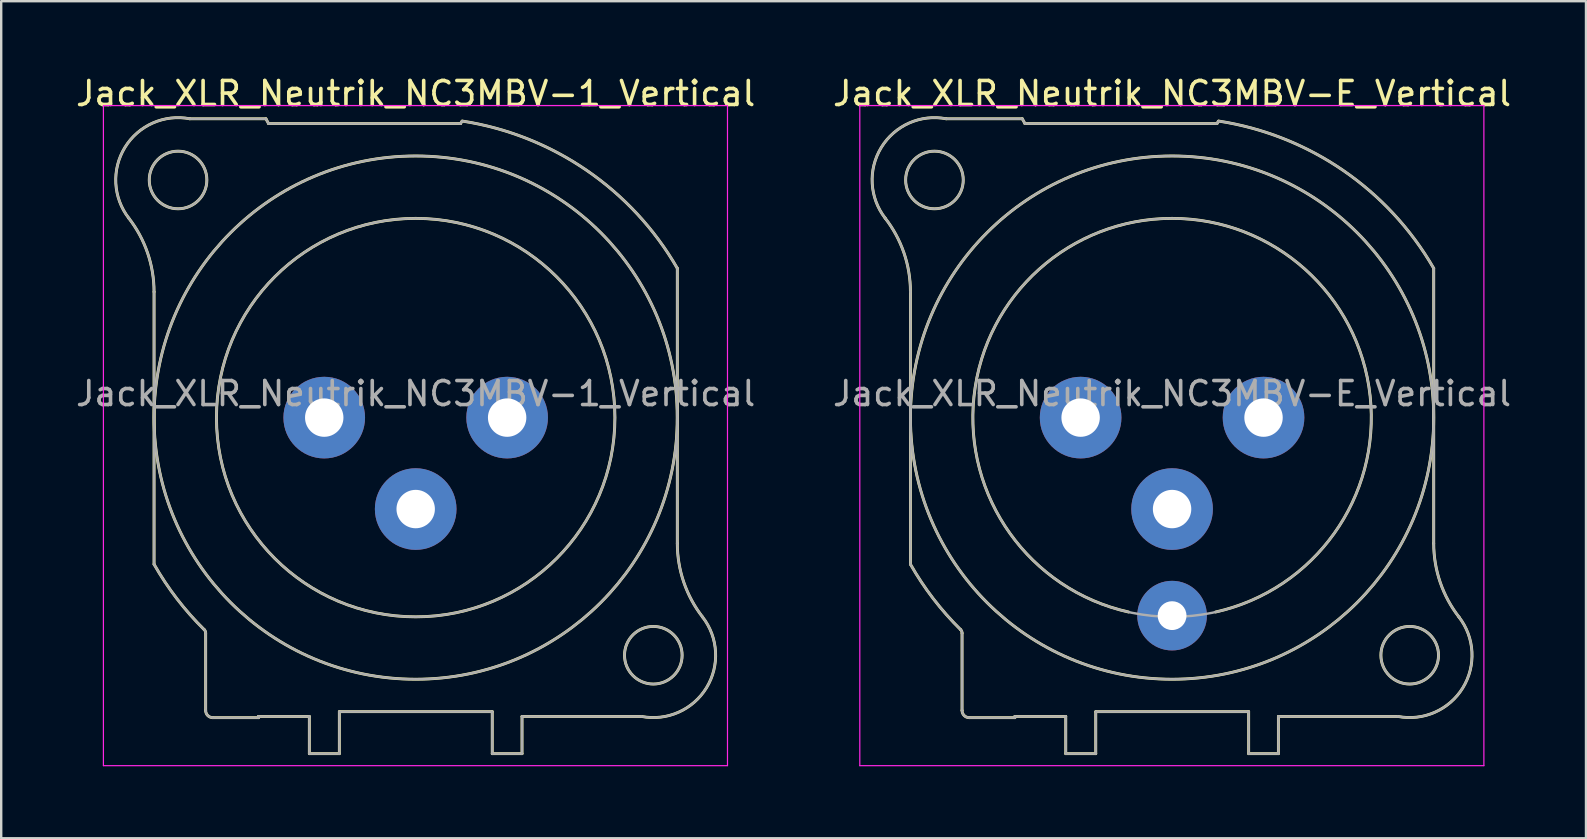
<source format=kicad_pcb>
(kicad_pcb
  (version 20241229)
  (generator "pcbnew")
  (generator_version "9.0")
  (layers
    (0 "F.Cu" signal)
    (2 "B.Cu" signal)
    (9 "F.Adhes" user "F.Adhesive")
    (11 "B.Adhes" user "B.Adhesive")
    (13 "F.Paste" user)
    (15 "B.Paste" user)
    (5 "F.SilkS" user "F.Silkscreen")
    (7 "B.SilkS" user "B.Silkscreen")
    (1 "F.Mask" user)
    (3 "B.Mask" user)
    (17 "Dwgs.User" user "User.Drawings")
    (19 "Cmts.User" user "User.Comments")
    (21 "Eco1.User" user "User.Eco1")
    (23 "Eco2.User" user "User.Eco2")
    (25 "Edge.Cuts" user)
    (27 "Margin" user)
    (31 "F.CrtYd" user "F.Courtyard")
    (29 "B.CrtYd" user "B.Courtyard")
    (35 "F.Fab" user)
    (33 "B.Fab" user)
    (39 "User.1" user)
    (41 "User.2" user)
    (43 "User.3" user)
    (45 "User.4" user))
  (footprint "Jack_XLR_Neutrik_NC3MBV-E_Vertical"
    (layer "F.Cu")
    (at 41.97 14.348)
    (property "Reference" "Jack_XLR_Neutrik_NC3MBV-E_Vertical" (at 3.81 -13.5 0) (layer "F.SilkS") (effects (font (size 1 1) (thickness 0.15))))
    (attr through_hole)
    (fp_line (start -7.09 -5.24) (end -7.09 6.11) (stroke (width 0.12) (type solid)) (layer "F.SilkS"))
    (fp_line (start -4.94 12.2) (end -4.94 8.98) (stroke (width 0.12) (type solid)) (layer "F.SilkS"))
    (fp_line (start -4.64 12.5) (end -2.74 12.5) (stroke (width 0.12) (type solid)) (layer "F.SilkS"))
    (fp_line (start -2.74 12.45) (end -0.62 12.45) (stroke (width 0.12) (type solid)) (layer "F.SilkS"))
    (fp_line (start -2.74 12.5) (end -2.74 12.45) (stroke (width 0.12) (type solid)) (layer "F.SilkS"))
    (fp_line (start -2.43 -12.45) (end -5.6 -12.45) (stroke (width 0.12) (type solid)) (layer "F.SilkS"))
    (fp_line (start -2.32 -12.25) (end -2.43 -12.45) (stroke (width 0.12) (type solid)) (layer "F.SilkS"))
    (fp_line (start -0.62 12.45) (end -0.62 14) (stroke (width 0.12) (type solid)) (layer "F.SilkS"))
    (fp_line (start 0.63 12.25) (end 0.63 14) (stroke (width 0.12) (type solid)) (layer "F.SilkS"))
    (fp_line (start 0.63 12.25) (end 7 12.25) (stroke (width 0.12) (type solid)) (layer "F.SilkS"))
    (fp_line (start 0.63 14) (end -0.62 14) (stroke (width 0.12) (type solid)) (layer "F.SilkS"))
    (fp_line (start 5.68 -12.25) (end -2.32 -12.25) (stroke (width 0.12) (type solid)) (layer "F.SilkS"))
    (fp_line (start 5.74 -12.35) (end 5.68 -12.25) (stroke (width 0.12) (type solid)) (layer "F.SilkS"))
    (fp_line (start 7 12.25) (end 7 14) (stroke (width 0.12) (type solid)) (layer "F.SilkS"))
    (fp_line (start 8.24 12.45) (end 8.24 14) (stroke (width 0.12) (type solid)) (layer "F.SilkS"))
    (fp_line (start 8.24 12.45) (end 13.22 12.45) (stroke (width 0.12) (type solid)) (layer "F.SilkS"))
    (fp_line (start 8.24 14) (end 7 14) (stroke (width 0.12) (type solid)) (layer "F.SilkS"))
    (fp_line (start 14.71 5.24) (end 14.71 -6.22) (stroke (width 0.12) (type solid)) (layer "F.SilkS"))
    (fp_arc (start -8.14458 -8.311426) (mid -7.360989 -6.863715) (end -7.09 -5.24) (stroke (width 0.12) (type solid)) (layer "F.SilkS"))
    (fp_arc (start -8.141124 -8.307677) (mid -8.303366 -11.257798) (end -5.6 -12.45) (stroke (width 0.12) (type solid)) (layer "F.SilkS"))
    (fp_arc (start -4.999944 8.832139) (mid -4.954594 8.899835) (end -4.94 8.98) (stroke (width 0.12) (type solid)) (layer "F.SilkS"))
    (fp_arc (start -4.999718 8.833849) (mid -6.1389 7.544091) (end -7.09 6.11) (stroke (width 0.12) (type solid)) (layer "F.SilkS"))
    (fp_arc (start -4.64 12.5) (mid -4.852132 12.412132) (end -4.94 12.2) (stroke (width 0.12) (type solid)) (layer "F.SilkS"))
    (fp_arc (start 2 8.1) (mid 3.809449 -8.299765) (end 5.621075 8.09976) (stroke (width 0.12) (type solid)) (layer "F.SilkS"))
    (fp_arc (start 5.753207 -12.354269) (mid 10.928439 -10.304601) (end 14.71 -6.22) (stroke (width 0.12) (type solid)) (layer "F.SilkS"))
    (fp_arc (start 15.761124 8.307677) (mid 15.923366 11.257798) (end 13.22 12.45) (stroke (width 0.12) (type solid)) (layer "F.SilkS"))
    (fp_arc (start 15.76458 8.311426) (mid 14.980989 6.863715) (end 14.71 5.24) (stroke (width 0.12) (type solid)) (layer "F.SilkS"))
    (fp_circle (center -6.09 -9.9) (end -4.89 -9.9) (stroke (width 0.12) (type solid)) (fill no) (layer "F.SilkS"))
    (fp_circle (center 3.81 0) (end 14.71 0) (stroke (width 0.12) (type solid)) (fill no) (layer "F.SilkS"))
    (fp_circle (center 13.71 9.9) (end 14.91 9.9) (stroke (width 0.12) (type solid)) (fill no) (layer "F.SilkS"))
    (fp_line (start -9.2 -13) (end 16.8 -13) (stroke (width 0.05) (type solid)) (layer "F.CrtYd"))
    (fp_line (start -9.2 14.5) (end -9.2 -13) (stroke (width 0.05) (type solid)) (layer "F.CrtYd"))
    (fp_line (start 16.8 -13) (end 16.8 14.5) (stroke (width 0.05) (type solid)) (layer "F.CrtYd"))
    (fp_line (start 16.8 14.5) (end -9.2 14.5) (stroke (width 0.05) (type solid)) (layer "F.CrtYd"))
    (fp_line (start -7.09 -5.24) (end -7.09 6.11) (stroke (width 0.1) (type solid)) (layer "F.Fab"))
    (fp_line (start -4.94 12.2) (end -4.94 8.98) (stroke (width 0.1) (type solid)) (layer "F.Fab"))
    (fp_line (start -4.64 12.5) (end -2.74 12.5) (stroke (width 0.1) (type solid)) (layer "F.Fab"))
    (fp_line (start -2.74 12.45) (end -0.62 12.45) (stroke (width 0.1) (type solid)) (layer "F.Fab"))
    (fp_line (start -2.74 12.5) (end -2.74 12.45) (stroke (width 0.1) (type solid)) (layer "F.Fab"))
    (fp_line (start -2.43 -12.45) (end -5.6 -12.45) (stroke (width 0.1) (type solid)) (layer "F.Fab"))
    (fp_line (start -2.32 -12.25) (end -2.43 -12.45) (stroke (width 0.1) (type solid)) (layer "F.Fab"))
    (fp_line (start -0.62 12.45) (end -0.62 14) (stroke (width 0.1) (type solid)) (layer "F.Fab"))
    (fp_line (start 0.63 12.25) (end 0.63 14) (stroke (width 0.1) (type solid)) (layer "F.Fab"))
    (fp_line (start 0.63 12.25) (end 7 12.25) (stroke (width 0.1) (type solid)) (layer "F.Fab"))
    (fp_line (start 0.63 14) (end -0.62 14) (stroke (width 0.1) (type solid)) (layer "F.Fab"))
    (fp_line (start 5.68 -12.25) (end -2.32 -12.25) (stroke (width 0.1) (type solid)) (layer "F.Fab"))
    (fp_line (start 5.74 -12.35) (end 5.68 -12.25) (stroke (width 0.1) (type solid)) (layer "F.Fab"))
    (fp_line (start 7 12.25) (end 7 14) (stroke (width 0.1) (type solid)) (layer "F.Fab"))
    (fp_line (start 8.24 12.45) (end 8.24 14) (stroke (width 0.1) (type solid)) (layer "F.Fab"))
    (fp_line (start 8.24 12.45) (end 13.22 12.45) (stroke (width 0.1) (type solid)) (layer "F.Fab"))
    (fp_line (start 8.24 14) (end 7 14) (stroke (width 0.1) (type solid)) (layer "F.Fab"))
    (fp_line (start 14.71 5.24) (end 14.71 -6.22) (stroke (width 0.1) (type solid)) (layer "F.Fab"))
    (fp_arc (start -8.14458 -8.311426) (mid -7.360989 -6.863715) (end -7.09 -5.24) (stroke (width 0.1) (type solid)) (layer "F.Fab"))
    (fp_arc (start -8.141124 -8.307677) (mid -8.303366 -11.257798) (end -5.6 -12.45) (stroke (width 0.1) (type solid)) (layer "F.Fab"))
    (fp_arc (start -4.999944 8.832139) (mid -4.954594 8.899835) (end -4.94 8.98) (stroke (width 0.1) (type solid)) (layer "F.Fab"))
    (fp_arc (start -4.999718 8.833849) (mid -6.1389 7.544091) (end -7.09 6.11) (stroke (width 0.1) (type solid)) (layer "F.Fab"))
    (fp_arc (start -4.64 12.5) (mid -4.852132 12.412132) (end -4.94 12.2) (stroke (width 0.1) (type solid)) (layer "F.Fab"))
    (fp_arc (start 5.753207 -12.354269) (mid 10.928439 -10.304601) (end 14.71 -6.22) (stroke (width 0.1) (type solid)) (layer "F.Fab"))
    (fp_arc (start 15.761124 8.307677) (mid 15.923366 11.257798) (end 13.22 12.45) (stroke (width 0.1) (type solid)) (layer "F.Fab"))
    (fp_arc (start 15.76458 8.311426) (mid 14.980989 6.863715) (end 14.71 5.24) (stroke (width 0.1) (type solid)) (layer "F.Fab"))
    (fp_circle (center -6.09 -9.9) (end -4.89 -9.9) (stroke (width 0.1) (type solid)) (fill no) (layer "F.Fab"))
    (fp_circle (center 3.81 0) (end 12.11 0) (stroke (width 0.1) (type solid)) (fill no) (layer "F.Fab"))
    (fp_circle (center 3.81 0) (end 14.71 0) (stroke (width 0.1) (type solid)) (fill no) (layer "F.Fab"))
    (fp_circle (center 13.71 9.9) (end 14.91 9.9) (stroke (width 0.1) (type solid)) (fill no) (layer "F.Fab"))
    (fp_text user "${REFERENCE}" (at 3.81 -1 0) (layer "F.Fab") (effects (font (size 1 1) (thickness 0.15))))
    (pad "1" thru_hole circle (at 0 0) (size 3.4 3.4) (drill 1.6) (layers "*.Cu" "*.Mask"))
    (pad "2" thru_hole circle (at 7.62 0) (size 3.4 3.4) (drill 1.6) (layers "*.Cu" "*.Mask"))
    (pad "3" thru_hole circle (at 3.81 3.81) (size 3.4 3.4) (drill 1.6) (layers "*.Cu" "*.Mask"))
    (pad "G" thru_hole circle (at 3.81 8.25) (size 2.9 2.9) (drill 1.2) (layers "*.Cu" "*.Mask")))
  (footprint "Jack_XLR_Neutrik_NC3MBV-1_Vertical"
    (layer "F.Cu")
    (at 10.458 14.348)
    (property "Reference" "Jack_XLR_Neutrik_NC3MBV-1_Vertical" (at 3.81 -13.5 0) (layer "F.SilkS") (effects (font (size 1 1) (thickness 0.15))))
    (attr through_hole)
    (fp_line (start -7.09 -5.24) (end -7.09 6.11) (stroke (width 0.12) (type solid)) (layer "F.SilkS"))
    (fp_line (start -4.94 12.2) (end -4.94 8.98) (stroke (width 0.12) (type solid)) (layer "F.SilkS"))
    (fp_line (start -4.64 12.5) (end -2.74 12.5) (stroke (width 0.12) (type solid)) (layer "F.SilkS"))
    (fp_line (start -2.74 12.45) (end -0.62 12.45) (stroke (width 0.12) (type solid)) (layer "F.SilkS"))
    (fp_line (start -2.74 12.5) (end -2.74 12.45) (stroke (width 0.12) (type solid)) (layer "F.SilkS"))
    (fp_line (start -2.43 -12.45) (end -5.6 -12.45) (stroke (width 0.12) (type solid)) (layer "F.SilkS"))
    (fp_line (start -2.32 -12.25) (end -2.43 -12.45) (stroke (width 0.12) (type solid)) (layer "F.SilkS"))
    (fp_line (start -0.62 12.45) (end -0.62 14) (stroke (width 0.12) (type solid)) (layer "F.SilkS"))
    (fp_line (start 0.63 12.25) (end 0.63 14) (stroke (width 0.12) (type solid)) (layer "F.SilkS"))
    (fp_line (start 0.63 12.25) (end 7 12.25) (stroke (width 0.12) (type solid)) (layer "F.SilkS"))
    (fp_line (start 0.63 14) (end -0.62 14) (stroke (width 0.12) (type solid)) (layer "F.SilkS"))
    (fp_line (start 5.68 -12.25) (end -2.32 -12.25) (stroke (width 0.12) (type solid)) (layer "F.SilkS"))
    (fp_line (start 5.74 -12.35) (end 5.68 -12.25) (stroke (width 0.12) (type solid)) (layer "F.SilkS"))
    (fp_line (start 7 12.25) (end 7 14) (stroke (width 0.12) (type solid)) (layer "F.SilkS"))
    (fp_line (start 8.24 12.45) (end 8.24 14) (stroke (width 0.12) (type solid)) (layer "F.SilkS"))
    (fp_line (start 8.24 12.45) (end 13.22 12.45) (stroke (width 0.12) (type solid)) (layer "F.SilkS"))
    (fp_line (start 8.24 14) (end 7 14) (stroke (width 0.12) (type solid)) (layer "F.SilkS"))
    (fp_line (start 14.71 5.24) (end 14.71 -6.22) (stroke (width 0.12) (type solid)) (layer "F.SilkS"))
    (fp_arc (start -8.14458 -8.311426) (mid -7.360989 -6.863715) (end -7.09 -5.24) (stroke (width 0.12) (type solid)) (layer "F.SilkS"))
    (fp_arc (start -8.141124 -8.307677) (mid -8.303366 -11.257798) (end -5.6 -12.45) (stroke (width 0.12) (type solid)) (layer "F.SilkS"))
    (fp_arc (start -4.999944 8.832139) (mid -4.954594 8.899835) (end -4.94 8.98) (stroke (width 0.12) (type solid)) (layer "F.SilkS"))
    (fp_arc (start -4.999718 8.833849) (mid -6.1389 7.544091) (end -7.09 6.11) (stroke (width 0.12) (type solid)) (layer "F.SilkS"))
    (fp_arc (start -4.64 12.5) (mid -4.852132 12.412132) (end -4.94 12.2) (stroke (width 0.12) (type solid)) (layer "F.SilkS"))
    (fp_arc (start 5.753207 -12.354269) (mid 10.928439 -10.304601) (end 14.71 -6.22) (stroke (width 0.12) (type solid)) (layer "F.SilkS"))
    (fp_arc (start 15.761124 8.307677) (mid 15.923366 11.257798) (end 13.22 12.45) (stroke (width 0.12) (type solid)) (layer "F.SilkS"))
    (fp_arc (start 15.76458 8.311426) (mid 14.980989 6.863715) (end 14.71 5.24) (stroke (width 0.12) (type solid)) (layer "F.SilkS"))
    (fp_circle (center -6.09 -9.9) (end -4.89 -9.9) (stroke (width 0.12) (type solid)) (fill no) (layer "F.SilkS"))
    (fp_circle (center 3.81 0) (end 12.11 0) (stroke (width 0.12) (type solid)) (fill no) (layer "F.SilkS"))
    (fp_circle (center 3.81 0) (end 14.71 0) (stroke (width 0.12) (type solid)) (fill no) (layer "F.SilkS"))
    (fp_circle (center 13.71 9.9) (end 14.91 9.9) (stroke (width 0.12) (type solid)) (fill no) (layer "F.SilkS"))
    (fp_line (start -9.2 -13) (end 16.8 -13) (stroke (width 0.05) (type solid)) (layer "F.CrtYd"))
    (fp_line (start -9.2 14.5) (end -9.2 -13) (stroke (width 0.05) (type solid)) (layer "F.CrtYd"))
    (fp_line (start 16.8 -13) (end 16.8 14.5) (stroke (width 0.05) (type solid)) (layer "F.CrtYd"))
    (fp_line (start 16.8 14.5) (end -9.2 14.5) (stroke (width 0.05) (type solid)) (layer "F.CrtYd"))
    (fp_line (start -7.09 -5.24) (end -7.09 6.11) (stroke (width 0.1) (type solid)) (layer "F.Fab"))
    (fp_line (start -4.94 12.2) (end -4.94 8.98) (stroke (width 0.1) (type solid)) (layer "F.Fab"))
    (fp_line (start -4.64 12.5) (end -2.74 12.5) (stroke (width 0.1) (type solid)) (layer "F.Fab"))
    (fp_line (start -2.74 12.45) (end -0.62 12.45) (stroke (width 0.1) (type solid)) (layer "F.Fab"))
    (fp_line (start -2.74 12.5) (end -2.74 12.45) (stroke (width 0.1) (type solid)) (layer "F.Fab"))
    (fp_line (start -2.43 -12.45) (end -5.6 -12.45) (stroke (width 0.1) (type solid)) (layer "F.Fab"))
    (fp_line (start -2.32 -12.25) (end -2.43 -12.45) (stroke (width 0.1) (type solid)) (layer "F.Fab"))
    (fp_line (start -0.62 12.45) (end -0.62 14) (stroke (width 0.1) (type solid)) (layer "F.Fab"))
    (fp_line (start 0.63 12.25) (end 0.63 14) (stroke (width 0.1) (type solid)) (layer "F.Fab"))
    (fp_line (start 0.63 12.25) (end 7 12.25) (stroke (width 0.1) (type solid)) (layer "F.Fab"))
    (fp_line (start 0.63 14) (end -0.62 14) (stroke (width 0.1) (type solid)) (layer "F.Fab"))
    (fp_line (start 5.68 -12.25) (end -2.32 -12.25) (stroke (width 0.1) (type solid)) (layer "F.Fab"))
    (fp_line (start 5.74 -12.35) (end 5.68 -12.25) (stroke (width 0.1) (type solid)) (layer "F.Fab"))
    (fp_line (start 7 12.25) (end 7 14) (stroke (width 0.1) (type solid)) (layer "F.Fab"))
    (fp_line (start 8.24 12.45) (end 8.24 14) (stroke (width 0.1) (type solid)) (layer "F.Fab"))
    (fp_line (start 8.24 12.45) (end 13.22 12.45) (stroke (width 0.1) (type solid)) (layer "F.Fab"))
    (fp_line (start 8.24 14) (end 7 14) (stroke (width 0.1) (type solid)) (layer "F.Fab"))
    (fp_line (start 14.71 5.24) (end 14.71 -6.22) (stroke (width 0.1) (type solid)) (layer "F.Fab"))
    (fp_arc (start -8.14458 -8.311426) (mid -7.360989 -6.863715) (end -7.09 -5.24) (stroke (width 0.1) (type solid)) (layer "F.Fab"))
    (fp_arc (start -8.141124 -8.307677) (mid -8.303366 -11.257798) (end -5.6 -12.45) (stroke (width 0.1) (type solid)) (layer "F.Fab"))
    (fp_arc (start -4.999944 8.832139) (mid -4.954594 8.899835) (end -4.94 8.98) (stroke (width 0.1) (type solid)) (layer "F.Fab"))
    (fp_arc (start -4.999718 8.833849) (mid -6.1389 7.544091) (end -7.09 6.11) (stroke (width 0.1) (type solid)) (layer "F.Fab"))
    (fp_arc (start -4.64 12.5) (mid -4.852132 12.412132) (end -4.94 12.2) (stroke (width 0.1) (type solid)) (layer "F.Fab"))
    (fp_arc (start 5.753207 -12.354269) (mid 10.928439 -10.304601) (end 14.71 -6.22) (stroke (width 0.1) (type solid)) (layer "F.Fab"))
    (fp_arc (start 15.761124 8.307677) (mid 15.923366 11.257798) (end 13.22 12.45) (stroke (width 0.1) (type solid)) (layer "F.Fab"))
    (fp_arc (start 15.76458 8.311426) (mid 14.980989 6.863715) (end 14.71 5.24) (stroke (width 0.1) (type solid)) (layer "F.Fab"))
    (fp_circle (center -6.09 -9.9) (end -4.89 -9.9) (stroke (width 0.1) (type solid)) (fill no) (layer "F.Fab"))
    (fp_circle (center 3.81 0) (end 12.11 0) (stroke (width 0.1) (type solid)) (fill no) (layer "F.Fab"))
    (fp_circle (center 3.81 0) (end 14.71 0) (stroke (width 0.1) (type solid)) (fill no) (layer "F.Fab"))
    (fp_circle (center 13.71 9.9) (end 14.91 9.9) (stroke (width 0.1) (type solid)) (fill no) (layer "F.Fab"))
    (fp_text user "${REFERENCE}" (at 3.81 -1 0) (layer "F.Fab") (effects (font (size 1 1) (thickness 0.15))))
    (pad "1" thru_hole circle (at 0 0) (size 3.4 3.4) (drill 1.6) (layers "*.Cu" "*.Mask"))
    (pad "2" thru_hole circle (at 7.62 0) (size 3.4 3.4) (drill 1.6) (layers "*.Cu" "*.Mask"))
    (pad "3" thru_hole circle (at 3.81 3.81) (size 3.4 3.4) (drill 1.6) (layers "*.Cu" "*.Mask")))
  (gr_rect
    (start -3 -3)
    (end 63.024 31.873)
    (stroke (width 0.1) (type default))
    (fill no)
    (layer "Edge.Cuts")))
</source>
